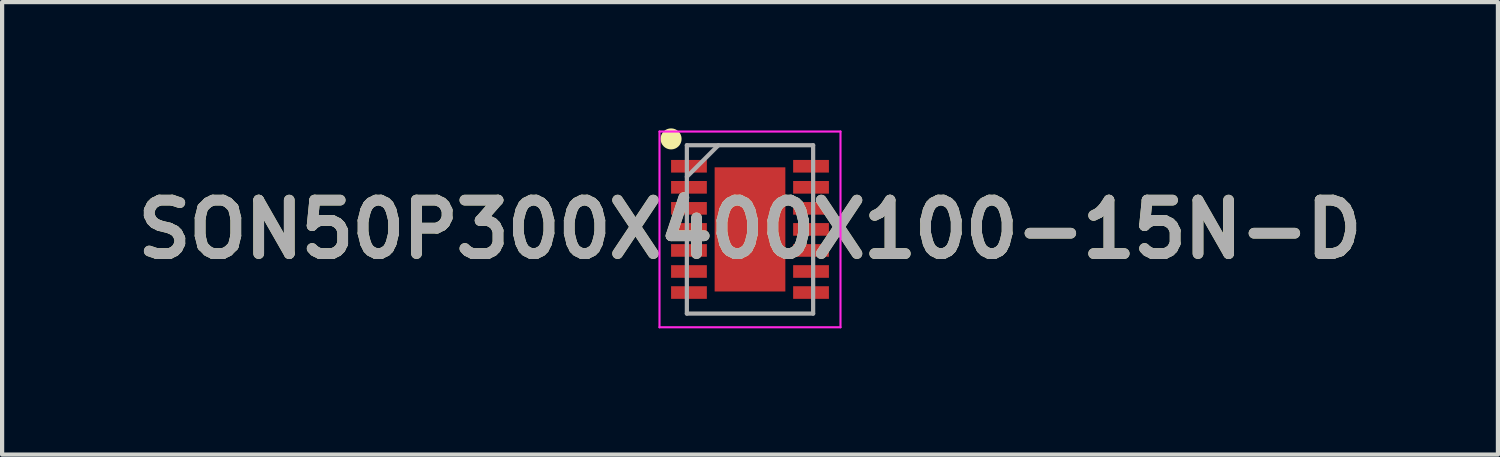
<source format=kicad_pcb>
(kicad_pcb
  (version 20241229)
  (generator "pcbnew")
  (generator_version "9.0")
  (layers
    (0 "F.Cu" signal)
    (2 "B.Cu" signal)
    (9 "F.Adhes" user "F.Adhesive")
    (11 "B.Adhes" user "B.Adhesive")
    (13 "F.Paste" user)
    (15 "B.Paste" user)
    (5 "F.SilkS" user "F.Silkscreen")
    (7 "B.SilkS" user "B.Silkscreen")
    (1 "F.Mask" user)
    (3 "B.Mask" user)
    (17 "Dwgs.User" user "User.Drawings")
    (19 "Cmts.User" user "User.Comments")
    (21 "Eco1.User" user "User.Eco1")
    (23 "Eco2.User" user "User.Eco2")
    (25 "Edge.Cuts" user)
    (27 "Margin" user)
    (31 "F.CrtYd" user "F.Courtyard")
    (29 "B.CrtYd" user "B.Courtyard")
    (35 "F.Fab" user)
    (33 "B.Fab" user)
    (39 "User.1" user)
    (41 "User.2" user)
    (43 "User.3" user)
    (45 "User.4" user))
  (footprint "SON50P300X400X100-15N-D"
    (layer "F.Cu")
    (at 14.768 2.4)
    (property "Reference" "SON50P300X400X100-15N-D" (at 0 0 0) (layer "F.SilkS") (effects (font (size 1.27 1.27) (thickness 0.254))))
    (attr smd)
    (fp_circle (center -1.875 -2.15) (end -1.875 -2.025) (stroke (width 0.25) (type solid)) (fill no) (layer "F.SilkS"))
    (fp_line (start -2.15 -2.325) (end 2.15 -2.325) (stroke (width 0.05) (type solid)) (layer "F.CrtYd"))
    (fp_line (start -2.15 2.325) (end -2.15 -2.325) (stroke (width 0.05) (type solid)) (layer "F.CrtYd"))
    (fp_line (start 2.15 -2.325) (end 2.15 2.325) (stroke (width 0.05) (type solid)) (layer "F.CrtYd"))
    (fp_line (start 2.15 2.325) (end -2.15 2.325) (stroke (width 0.05) (type solid)) (layer "F.CrtYd"))
    (fp_line (start -1.5 -2) (end 1.5 -2) (stroke (width 0.1) (type solid)) (layer "F.Fab"))
    (fp_line (start -1.5 -1.25) (end -0.75 -2) (stroke (width 0.1) (type solid)) (layer "F.Fab"))
    (fp_line (start -1.5 2) (end -1.5 -2) (stroke (width 0.1) (type solid)) (layer "F.Fab"))
    (fp_line (start 1.5 -2) (end 1.5 2) (stroke (width 0.1) (type solid)) (layer "F.Fab"))
    (fp_line (start 1.5 2) (end -1.5 2) (stroke (width 0.1) (type solid)) (layer "F.Fab"))
    (fp_text user "${REFERENCE}" (at 0 0 0) (layer "F.Fab") (effects (font (size 1.27 1.27) (thickness 0.254))))
    (pad "1" smd rect (at -1.45 -1.5 90) (size 0.3 0.85) (layers "F.Cu" "F.Mask" "F.Paste"))
    (pad "2" smd rect (at -1.45 -1 90) (size 0.3 0.85) (layers "F.Cu" "F.Mask" "F.Paste"))
    (pad "3" smd rect (at -1.45 -0.5 90) (size 0.3 0.85) (layers "F.Cu" "F.Mask" "F.Paste"))
    (pad "4" smd rect (at -1.45 0 90) (size 0.3 0.85) (layers "F.Cu" "F.Mask" "F.Paste"))
    (pad "5" smd rect (at -1.45 0.5 90) (size 0.3 0.85) (layers "F.Cu" "F.Mask" "F.Paste"))
    (pad "6" smd rect (at -1.45 1 90) (size 0.3 0.85) (layers "F.Cu" "F.Mask" "F.Paste"))
    (pad "7" smd rect (at -1.45 1.5 90) (size 0.3 0.85) (layers "F.Cu" "F.Mask" "F.Paste"))
    (pad "8" smd rect (at 1.45 1.5 90) (size 0.3 0.85) (layers "F.Cu" "F.Mask" "F.Paste"))
    (pad "9" smd rect (at 1.45 1 90) (size 0.3 0.85) (layers "F.Cu" "F.Mask" "F.Paste"))
    (pad "10" smd rect (at 1.45 0.5 90) (size 0.3 0.85) (layers "F.Cu" "F.Mask" "F.Paste"))
    (pad "11" smd rect (at 1.45 0 90) (size 0.3 0.85) (layers "F.Cu" "F.Mask" "F.Paste"))
    (pad "12" smd rect (at 1.45 -0.5 90) (size 0.3 0.85) (layers "F.Cu" "F.Mask" "F.Paste"))
    (pad "13" smd rect (at 1.45 -1 90) (size 0.3 0.85) (layers "F.Cu" "F.Mask" "F.Paste"))
    (pad "14" smd rect (at 1.45 -1.5 90) (size 0.3 0.85) (layers "F.Cu" "F.Mask" "F.Paste"))
    (pad "15" smd rect (at 0 0) (size 1.68 2.95) (layers "F.Cu" "F.Mask" "F.Paste")))
  (gr_rect
    (start -3 -3)
    (end 32.537 7.75)
    (stroke (width 0.1) (type default))
    (fill no)
    (layer "Edge.Cuts")))
</source>
